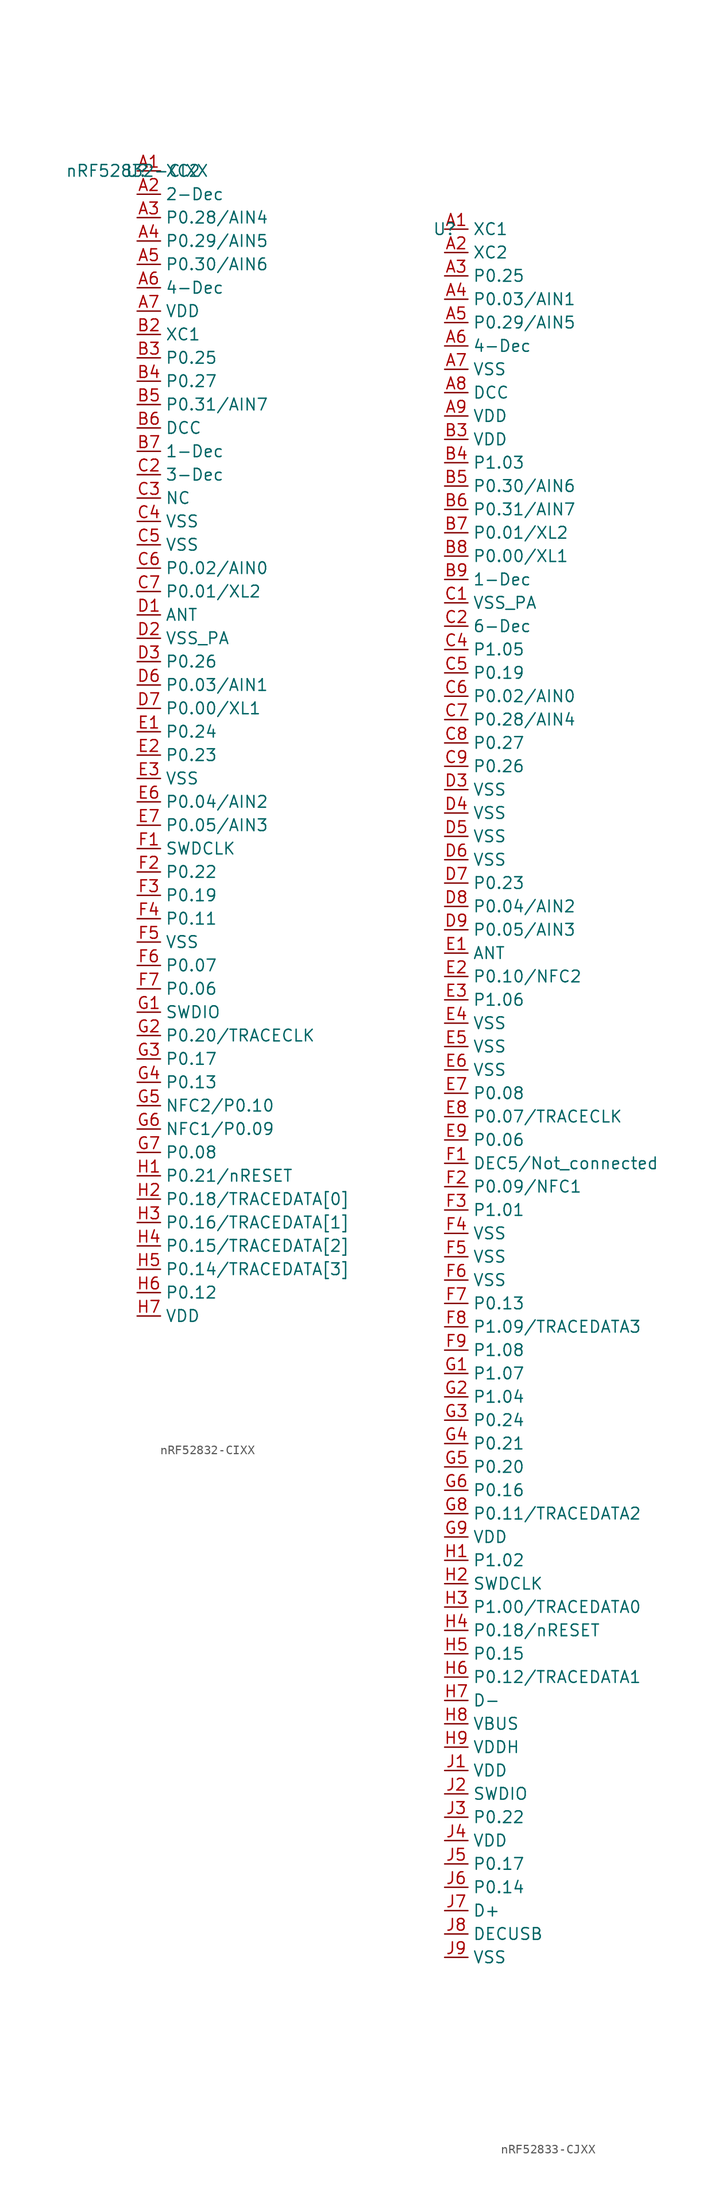
<source format=kicad_sym>
(kicad_symbol_lib
  (version 20220914)
  (generator kicad_symbol_editor)
  (symbol "nRF52832-CIXX"
    (property "Reference" "U"
      (at 0 0 0)
      (effects (font (size 1.27 1.27))))
    (property "Value" "nRF52832-CIXX"
      (at 0 0 0)
      (effects (font (size 1.27 1.27))))
    (symbol "nRF52832-CIXX_0_0"
      (pin unspecified line (at 0 0 0) (length 2.54) (name "XC2" (effects (font (size 1.27 1.27)))) (number "A1" (effects (font (size 1.27 1.27)))))
      (pin unspecified line (at 0 -2.54 0) (length 2.54) (name "2-Dec" (effects (font (size 1.27 1.27)))) (number "A2" (effects (font (size 1.27 1.27)))))
      (pin unspecified line (at 0 -5.08 0) (length 2.54) (name "P0.28/AIN4" (effects (font (size 1.27 1.27)))) (number "A3" (effects (font (size 1.27 1.27)))))
      (pin unspecified line (at 0 -7.62 0) (length 2.54) (name "P0.29/AIN5" (effects (font (size 1.27 1.27)))) (number "A4" (effects (font (size 1.27 1.27)))))
      (pin unspecified line (at 0 -10.16 0) (length 2.54) (name "P0.30/AIN6" (effects (font (size 1.27 1.27)))) (number "A5" (effects (font (size 1.27 1.27)))))
      (pin unspecified line (at 0 -12.7 0) (length 2.54) (name "4-Dec" (effects (font (size 1.27 1.27)))) (number "A6" (effects (font (size 1.27 1.27)))))
      (pin unspecified line (at 0 -15.24 0) (length 2.54) (name "VDD" (effects (font (size 1.27 1.27)))) (number "A7" (effects (font (size 1.27 1.27)))))
      (pin unspecified line (at 0 -17.78 0) (length 2.54) (name "XC1" (effects (font (size 1.27 1.27)))) (number "B2" (effects (font (size 1.27 1.27)))))
      (pin unspecified line (at 0 -20.32 0) (length 2.54) (name "P0.25" (effects (font (size 1.27 1.27)))) (number "B3" (effects (font (size 1.27 1.27)))))
      (pin unspecified line (at 0 -22.86 0) (length 2.54) (name "P0.27" (effects (font (size 1.27 1.27)))) (number "B4" (effects (font (size 1.27 1.27)))))
      (pin unspecified line (at 0 -25.4 0) (length 2.54) (name "P0.31/AIN7" (effects (font (size 1.27 1.27)))) (number "B5" (effects (font (size 1.27 1.27)))))
      (pin unspecified line (at 0 -27.94 0) (length 2.54) (name "DCC" (effects (font (size 1.27 1.27)))) (number "B6" (effects (font (size 1.27 1.27)))))
      (pin unspecified line (at 0 -30.48 0) (length 2.54) (name "1-Dec" (effects (font (size 1.27 1.27)))) (number "B7" (effects (font (size 1.27 1.27)))))
      (pin unspecified line (at 0 -33.02 0) (length 2.54) (name "3-Dec" (effects (font (size 1.27 1.27)))) (number "C2" (effects (font (size 1.27 1.27)))))
      (pin unspecified line (at 0 -35.56 0) (length 2.54) (name "NC" (effects (font (size 1.27 1.27)))) (number "C3" (effects (font (size 1.27 1.27)))))
      (pin unspecified line (at 0 -38.1 0) (length 2.54) (name "VSS" (effects (font (size 1.27 1.27)))) (number "C4" (effects (font (size 1.27 1.27)))))
      (pin unspecified line (at 0 -40.64 0) (length 2.54) (name "VSS" (effects (font (size 1.27 1.27)))) (number "C5" (effects (font (size 1.27 1.27)))))
      (pin unspecified line (at 0 -43.18 0) (length 2.54) (name "P0.02/AIN0" (effects (font (size 1.27 1.27)))) (number "C6" (effects (font (size 1.27 1.27)))))
      (pin unspecified line (at 0 -45.72 0) (length 2.54) (name "P0.01/XL2" (effects (font (size 1.27 1.27)))) (number "C7" (effects (font (size 1.27 1.27)))))
      (pin unspecified line (at 0 -48.26 0) (length 2.54) (name "ANT" (effects (font (size 1.27 1.27)))) (number "D1" (effects (font (size 1.27 1.27)))))
      (pin unspecified line (at 0 -50.8 0) (length 2.54) (name "VSS_PA" (effects (font (size 1.27 1.27)))) (number "D2" (effects (font (size 1.27 1.27)))))
      (pin unspecified line (at 0 -53.34 0) (length 2.54) (name "P0.26" (effects (font (size 1.27 1.27)))) (number "D3" (effects (font (size 1.27 1.27)))))
      (pin unspecified line (at 0 -55.88 0) (length 2.54) (name "P0.03/AIN1" (effects (font (size 1.27 1.27)))) (number "D6" (effects (font (size 1.27 1.27)))))
      (pin unspecified line (at 0 -58.42 0) (length 2.54) (name "P0.00/XL1" (effects (font (size 1.27 1.27)))) (number "D7" (effects (font (size 1.27 1.27)))))
      (pin unspecified line (at 0 -60.96 0) (length 2.54) (name "P0.24" (effects (font (size 1.27 1.27)))) (number "E1" (effects (font (size 1.27 1.27)))))
      (pin unspecified line (at 0 -63.5 0) (length 2.54) (name "P0.23" (effects (font (size 1.27 1.27)))) (number "E2" (effects (font (size 1.27 1.27)))))
      (pin unspecified line (at 0 -66.04 0) (length 2.54) (name "VSS" (effects (font (size 1.27 1.27)))) (number "E3" (effects (font (size 1.27 1.27)))))
      (pin unspecified line (at 0 -68.58 0) (length 2.54) (name "P0.04/AIN2" (effects (font (size 1.27 1.27)))) (number "E6" (effects (font (size 1.27 1.27)))))
      (pin unspecified line (at 0 -71.12 0) (length 2.54) (name "P0.05/AIN3" (effects (font (size 1.27 1.27)))) (number "E7" (effects (font (size 1.27 1.27)))))
      (pin unspecified line (at 0 -73.66 0) (length 2.54) (name "SWDCLK" (effects (font (size 1.27 1.27)))) (number "F1" (effects (font (size 1.27 1.27)))))
      (pin unspecified line (at 0 -76.2 0) (length 2.54) (name "P0.22" (effects (font (size 1.27 1.27)))) (number "F2" (effects (font (size 1.27 1.27)))))
      (pin unspecified line (at 0 -78.74 0) (length 2.54) (name "P0.19" (effects (font (size 1.27 1.27)))) (number "F3" (effects (font (size 1.27 1.27)))))
      (pin unspecified line (at 0 -81.28 0) (length 2.54) (name "P0.11" (effects (font (size 1.27 1.27)))) (number "F4" (effects (font (size 1.27 1.27)))))
      (pin unspecified line (at 0 -83.82 0) (length 2.54) (name "VSS" (effects (font (size 1.27 1.27)))) (number "F5" (effects (font (size 1.27 1.27)))))
      (pin unspecified line (at 0 -86.36 0) (length 2.54) (name "P0.07" (effects (font (size 1.27 1.27)))) (number "F6" (effects (font (size 1.27 1.27)))))
      (pin unspecified line (at 0 -88.9 0) (length 2.54) (name "P0.06" (effects (font (size 1.27 1.27)))) (number "F7" (effects (font (size 1.27 1.27)))))
      (pin unspecified line (at 0 -91.44 0) (length 2.54) (name "SWDIO" (effects (font (size 1.27 1.27)))) (number "G1" (effects (font (size 1.27 1.27)))))
      (pin unspecified line (at 0 -93.98 0) (length 2.54) (name "P0.20/TRACECLK" (effects (font (size 1.27 1.27)))) (number "G2" (effects (font (size 1.27 1.27)))))
      (pin unspecified line (at 0 -96.52 0) (length 2.54) (name "P0.17" (effects (font (size 1.27 1.27)))) (number "G3" (effects (font (size 1.27 1.27)))))
      (pin unspecified line (at 0 -99.06 0) (length 2.54) (name "P0.13" (effects (font (size 1.27 1.27)))) (number "G4" (effects (font (size 1.27 1.27)))))
      (pin unspecified line (at 0 -101.6 0) (length 2.54) (name "NFC2/P0.10" (effects (font (size 1.27 1.27)))) (number "G5" (effects (font (size 1.27 1.27)))))
      (pin unspecified line (at 0 -104.14 0) (length 2.54) (name "NFC1/P0.09" (effects (font (size 1.27 1.27)))) (number "G6" (effects (font (size 1.27 1.27)))))
      (pin unspecified line (at 0 -106.68 0) (length 2.54) (name "P0.08" (effects (font (size 1.27 1.27)))) (number "G7" (effects (font (size 1.27 1.27)))))
      (pin unspecified line (at 0 -109.22 0) (length 2.54) (name "P0.21/nRESET" (effects (font (size 1.27 1.27)))) (number "H1" (effects (font (size 1.27 1.27)))))
      (pin unspecified line (at 0 -111.76 0) (length 2.54) (name "P0.18/TRACEDATA[0]" (effects (font (size 1.27 1.27)))) (number "H2" (effects (font (size 1.27 1.27)))))
      (pin unspecified line (at 0 -114.3 0) (length 2.54) (name "P0.16/TRACEDATA[1]" (effects (font (size 1.27 1.27)))) (number "H3" (effects (font (size 1.27 1.27)))))
      (pin unspecified line (at 0 -116.84 0) (length 2.54) (name "P0.15/TRACEDATA[2]" (effects (font (size 1.27 1.27)))) (number "H4" (effects (font (size 1.27 1.27)))))
      (pin unspecified line (at 0 -119.38 0) (length 2.54) (name "P0.14/TRACEDATA[3]" (effects (font (size 1.27 1.27)))) (number "H5" (effects (font (size 1.27 1.27)))))
      (pin unspecified line (at 0 -121.92 0) (length 2.54) (name "P0.12" (effects (font (size 1.27 1.27)))) (number "H6" (effects (font (size 1.27 1.27)))))
      (pin unspecified line (at 0 -124.46 0) (length 2.54) (name "VDD" (effects (font (size 1.27 1.27)))) (number "H7" (effects (font (size 1.27 1.27)))))))
  (symbol "nRF52833-CJXX"
    (property "Reference" "U"
      (at 0 0 0)
      (effects (font (size 1.27 1.27))))
    (property "Value" ""
      (at 0 0 0)
      (effects (font (size 1.27 1.27))))
    (symbol "nRF52833-CJXX_0_0"
      (pin unspecified line (at 0 0 0) (length 2.54) (name "XC1" (effects (font (size 1.27 1.27)))) (number "A1" (effects (font (size 1.27 1.27)))))
      (pin unspecified line (at 0 -2.54 0) (length 2.54) (name "XC2" (effects (font (size 1.27 1.27)))) (number "A2" (effects (font (size 1.27 1.27)))))
      (pin unspecified line (at 0 -5.08 0) (length 2.54) (name "P0.25" (effects (font (size 1.27 1.27)))) (number "A3" (effects (font (size 1.27 1.27)))))
      (pin unspecified line (at 0 -7.62 0) (length 2.54) (name "P0.03/AIN1" (effects (font (size 1.27 1.27)))) (number "A4" (effects (font (size 1.27 1.27)))))
      (pin unspecified line (at 0 -10.16 0) (length 2.54) (name "P0.29/AIN5" (effects (font (size 1.27 1.27)))) (number "A5" (effects (font (size 1.27 1.27)))))
      (pin unspecified line (at 0 -12.7 0) (length 2.54) (name "4-Dec" (effects (font (size 1.27 1.27)))) (number "A6" (effects (font (size 1.27 1.27)))))
      (pin unspecified line (at 0 -15.24 0) (length 2.54) (name "VSS" (effects (font (size 1.27 1.27)))) (number "A7" (effects (font (size 1.27 1.27)))))
      (pin unspecified line (at 0 -17.78 0) (length 2.54) (name "DCC" (effects (font (size 1.27 1.27)))) (number "A8" (effects (font (size 1.27 1.27)))))
      (pin unspecified line (at 0 -20.32 0) (length 2.54) (name "VDD" (effects (font (size 1.27 1.27)))) (number "A9" (effects (font (size 1.27 1.27)))))
      (pin unspecified line (at 0 -22.86 0) (length 2.54) (name "VDD" (effects (font (size 1.27 1.27)))) (number "B3" (effects (font (size 1.27 1.27)))))
      (pin unspecified line (at 0 -25.4 0) (length 2.54) (name "P1.03" (effects (font (size 1.27 1.27)))) (number "B4" (effects (font (size 1.27 1.27)))))
      (pin unspecified line (at 0 -27.94 0) (length 2.54) (name "P0.30/AIN6" (effects (font (size 1.27 1.27)))) (number "B5" (effects (font (size 1.27 1.27)))))
      (pin unspecified line (at 0 -30.48 0) (length 2.54) (name "P0.31/AIN7" (effects (font (size 1.27 1.27)))) (number "B6" (effects (font (size 1.27 1.27)))))
      (pin unspecified line (at 0 -33.02 0) (length 2.54) (name "P0.01/XL2" (effects (font (size 1.27 1.27)))) (number "B7" (effects (font (size 1.27 1.27)))))
      (pin unspecified line (at 0 -35.56 0) (length 2.54) (name "P0.00/XL1" (effects (font (size 1.27 1.27)))) (number "B8" (effects (font (size 1.27 1.27)))))
      (pin unspecified line (at 0 -38.1 0) (length 2.54) (name "1-Dec" (effects (font (size 1.27 1.27)))) (number "B9" (effects (font (size 1.27 1.27)))))
      (pin unspecified line (at 0 -40.64 0) (length 2.54) (name "VSS_PA" (effects (font (size 1.27 1.27)))) (number "C1" (effects (font (size 1.27 1.27)))))
      (pin unspecified line (at 0 -43.18 0) (length 2.54) (name "6-Dec" (effects (font (size 1.27 1.27)))) (number "C2" (effects (font (size 1.27 1.27)))))
      (pin unspecified line (at 0 -45.72 0) (length 2.54) (name "P1.05" (effects (font (size 1.27 1.27)))) (number "C4" (effects (font (size 1.27 1.27)))))
      (pin unspecified line (at 0 -48.26 0) (length 2.54) (name "P0.19" (effects (font (size 1.27 1.27)))) (number "C5" (effects (font (size 1.27 1.27)))))
      (pin unspecified line (at 0 -50.8 0) (length 2.54) (name "P0.02/AIN0" (effects (font (size 1.27 1.27)))) (number "C6" (effects (font (size 1.27 1.27)))))
      (pin unspecified line (at 0 -53.34 0) (length 2.54) (name "P0.28/AIN4" (effects (font (size 1.27 1.27)))) (number "C7" (effects (font (size 1.27 1.27)))))
      (pin unspecified line (at 0 -55.88 0) (length 2.54) (name "P0.27" (effects (font (size 1.27 1.27)))) (number "C8" (effects (font (size 1.27 1.27)))))
      (pin unspecified line (at 0 -58.42 0) (length 2.54) (name "P0.26" (effects (font (size 1.27 1.27)))) (number "C9" (effects (font (size 1.27 1.27)))))
      (pin unspecified line (at 0 -60.96 0) (length 2.54) (name "VSS" (effects (font (size 1.27 1.27)))) (number "D3" (effects (font (size 1.27 1.27)))))
      (pin unspecified line (at 0 -63.5 0) (length 2.54) (name "VSS" (effects (font (size 1.27 1.27)))) (number "D4" (effects (font (size 1.27 1.27)))))
      (pin unspecified line (at 0 -66.04 0) (length 2.54) (name "VSS" (effects (font (size 1.27 1.27)))) (number "D5" (effects (font (size 1.27 1.27)))))
      (pin unspecified line (at 0 -68.58 0) (length 2.54) (name "VSS" (effects (font (size 1.27 1.27)))) (number "D6" (effects (font (size 1.27 1.27)))))
      (pin unspecified line (at 0 -71.12 0) (length 2.54) (name "P0.23" (effects (font (size 1.27 1.27)))) (number "D7" (effects (font (size 1.27 1.27)))))
      (pin unspecified line (at 0 -73.66 0) (length 2.54) (name "P0.04/AIN2" (effects (font (size 1.27 1.27)))) (number "D8" (effects (font (size 1.27 1.27)))))
      (pin unspecified line (at 0 -76.2 0) (length 2.54) (name "P0.05/AIN3" (effects (font (size 1.27 1.27)))) (number "D9" (effects (font (size 1.27 1.27)))))
      (pin unspecified line (at 0 -78.74 0) (length 2.54) (name "ANT" (effects (font (size 1.27 1.27)))) (number "E1" (effects (font (size 1.27 1.27)))))
      (pin unspecified line (at 0 -81.28 0) (length 2.54) (name "P0.10/NFC2" (effects (font (size 1.27 1.27)))) (number "E2" (effects (font (size 1.27 1.27)))))
      (pin unspecified line (at 0 -83.82 0) (length 2.54) (name "P1.06" (effects (font (size 1.27 1.27)))) (number "E3" (effects (font (size 1.27 1.27)))))
      (pin unspecified line (at 0 -86.36 0) (length 2.54) (name "VSS" (effects (font (size 1.27 1.27)))) (number "E4" (effects (font (size 1.27 1.27)))))
      (pin unspecified line (at 0 -88.9 0) (length 2.54) (name "VSS" (effects (font (size 1.27 1.27)))) (number "E5" (effects (font (size 1.27 1.27)))))
      (pin unspecified line (at 0 -91.44 0) (length 2.54) (name "VSS" (effects (font (size 1.27 1.27)))) (number "E6" (effects (font (size 1.27 1.27)))))
      (pin unspecified line (at 0 -93.98 0) (length 2.54) (name "P0.08" (effects (font (size 1.27 1.27)))) (number "E7" (effects (font (size 1.27 1.27)))))
      (pin unspecified line (at 0 -96.52 0) (length 2.54) (name "P0.07/TRACECLK" (effects (font (size 1.27 1.27)))) (number "E8" (effects (font (size 1.27 1.27)))))
      (pin unspecified line (at 0 -99.06 0) (length 2.54) (name "P0.06" (effects (font (size 1.27 1.27)))) (number "E9" (effects (font (size 1.27 1.27)))))
      (pin unspecified line (at 0 -101.6 0) (length 2.54) (name "DEC5/Not_connected" (effects (font (size 1.27 1.27)))) (number "F1" (effects (font (size 1.27 1.27)))))
      (pin unspecified line (at 0 -104.14 0) (length 2.54) (name "P0.09/NFC1" (effects (font (size 1.27 1.27)))) (number "F2" (effects (font (size 1.27 1.27)))))
      (pin unspecified line (at 0 -106.68 0) (length 2.54) (name "P1.01" (effects (font (size 1.27 1.27)))) (number "F3" (effects (font (size 1.27 1.27)))))
      (pin unspecified line (at 0 -109.22 0) (length 2.54) (name "VSS" (effects (font (size 1.27 1.27)))) (number "F4" (effects (font (size 1.27 1.27)))))
      (pin unspecified line (at 0 -111.76 0) (length 2.54) (name "VSS" (effects (font (size 1.27 1.27)))) (number "F5" (effects (font (size 1.27 1.27)))))
      (pin unspecified line (at 0 -114.3 0) (length 2.54) (name "VSS" (effects (font (size 1.27 1.27)))) (number "F6" (effects (font (size 1.27 1.27)))))
      (pin unspecified line (at 0 -116.84 0) (length 2.54) (name "P0.13" (effects (font (size 1.27 1.27)))) (number "F7" (effects (font (size 1.27 1.27)))))
      (pin unspecified line (at 0 -119.38 0) (length 2.54) (name "P1.09/TRACEDATA3" (effects (font (size 1.27 1.27)))) (number "F8" (effects (font (size 1.27 1.27)))))
      (pin unspecified line (at 0 -121.92 0) (length 2.54) (name "P1.08" (effects (font (size 1.27 1.27)))) (number "F9" (effects (font (size 1.27 1.27)))))
      (pin unspecified line (at 0 -124.46 0) (length 2.54) (name "P1.07" (effects (font (size 1.27 1.27)))) (number "G1" (effects (font (size 1.27 1.27)))))
      (pin unspecified line (at 0 -127 0) (length 2.54) (name "P1.04" (effects (font (size 1.27 1.27)))) (number "G2" (effects (font (size 1.27 1.27)))))
      (pin unspecified line (at 0 -129.54 0) (length 2.54) (name "P0.24" (effects (font (size 1.27 1.27)))) (number "G3" (effects (font (size 1.27 1.27)))))
      (pin unspecified line (at 0 -132.08 0) (length 2.54) (name "P0.21" (effects (font (size 1.27 1.27)))) (number "G4" (effects (font (size 1.27 1.27)))))
      (pin unspecified line (at 0 -134.62 0) (length 2.54) (name "P0.20" (effects (font (size 1.27 1.27)))) (number "G5" (effects (font (size 1.27 1.27)))))
      (pin unspecified line (at 0 -137.16 0) (length 2.54) (name "P0.16" (effects (font (size 1.27 1.27)))) (number "G6" (effects (font (size 1.27 1.27)))))
      (pin unspecified line (at 0 -139.7 0) (length 2.54) (name "P0.11/TRACEDATA2" (effects (font (size 1.27 1.27)))) (number "G8" (effects (font (size 1.27 1.27)))))
      (pin unspecified line (at 0 -142.24 0) (length 2.54) (name "VDD" (effects (font (size 1.27 1.27)))) (number "G9" (effects (font (size 1.27 1.27)))))
      (pin unspecified line (at 0 -144.78 0) (length 2.54) (name "P1.02" (effects (font (size 1.27 1.27)))) (number "H1" (effects (font (size 1.27 1.27)))))
      (pin unspecified line (at 0 -147.32 0) (length 2.54) (name "SWDCLK" (effects (font (size 1.27 1.27)))) (number "H2" (effects (font (size 1.27 1.27)))))
      (pin unspecified line (at 0 -149.86 0) (length 2.54) (name "P1.00/TRACEDATA0" (effects (font (size 1.27 1.27)))) (number "H3" (effects (font (size 1.27 1.27)))))
      (pin unspecified line (at 0 -152.4 0) (length 2.54) (name "P0.18/nRESET" (effects (font (size 1.27 1.27)))) (number "H4" (effects (font (size 1.27 1.27)))))
      (pin unspecified line (at 0 -154.94 0) (length 2.54) (name "P0.15" (effects (font (size 1.27 1.27)))) (number "H5" (effects (font (size 1.27 1.27)))))
      (pin unspecified line (at 0 -157.48 0) (length 2.54) (name "P0.12/TRACEDATA1" (effects (font (size 1.27 1.27)))) (number "H6" (effects (font (size 1.27 1.27)))))
      (pin unspecified line (at 0 -160.02 0) (length 2.54) (name "D-" (effects (font (size 1.27 1.27)))) (number "H7" (effects (font (size 1.27 1.27)))))
      (pin unspecified line (at 0 -162.56 0) (length 2.54) (name "VBUS" (effects (font (size 1.27 1.27)))) (number "H8" (effects (font (size 1.27 1.27)))))
      (pin unspecified line (at 0 -165.1 0) (length 2.54) (name "VDDH" (effects (font (size 1.27 1.27)))) (number "H9" (effects (font (size 1.27 1.27)))))
      (pin unspecified line (at 0 -167.64 0) (length 2.54) (name "VDD" (effects (font (size 1.27 1.27)))) (number "J1" (effects (font (size 1.27 1.27)))))
      (pin unspecified line (at 0 -170.18 0) (length 2.54) (name "SWDIO" (effects (font (size 1.27 1.27)))) (number "J2" (effects (font (size 1.27 1.27)))))
      (pin unspecified line (at 0 -172.72 0) (length 2.54) (name "P0.22" (effects (font (size 1.27 1.27)))) (number "J3" (effects (font (size 1.27 1.27)))))
      (pin unspecified line (at 0 -175.26 0) (length 2.54) (name "VDD" (effects (font (size 1.27 1.27)))) (number "J4" (effects (font (size 1.27 1.27)))))
      (pin unspecified line (at 0 -177.8 0) (length 2.54) (name "P0.17" (effects (font (size 1.27 1.27)))) (number "J5" (effects (font (size 1.27 1.27)))))
      (pin unspecified line (at 0 -180.34 0) (length 2.54) (name "P0.14" (effects (font (size 1.27 1.27)))) (number "J6" (effects (font (size 1.27 1.27)))))
      (pin unspecified line (at 0 -182.88 0) (length 2.54) (name "D+" (effects (font (size 1.27 1.27)))) (number "J7" (effects (font (size 1.27 1.27)))))
      (pin unspecified line (at 0 -185.42 0) (length 2.54) (name "DECUSB" (effects (font (size 1.27 1.27)))) (number "J8" (effects (font (size 1.27 1.27)))))
      (pin unspecified line (at 0 -187.96 0) (length 2.54) (name "VSS" (effects (font (size 1.27 1.27)))) (number "J9" (effects (font (size 1.27 1.27))))))))
</source>
